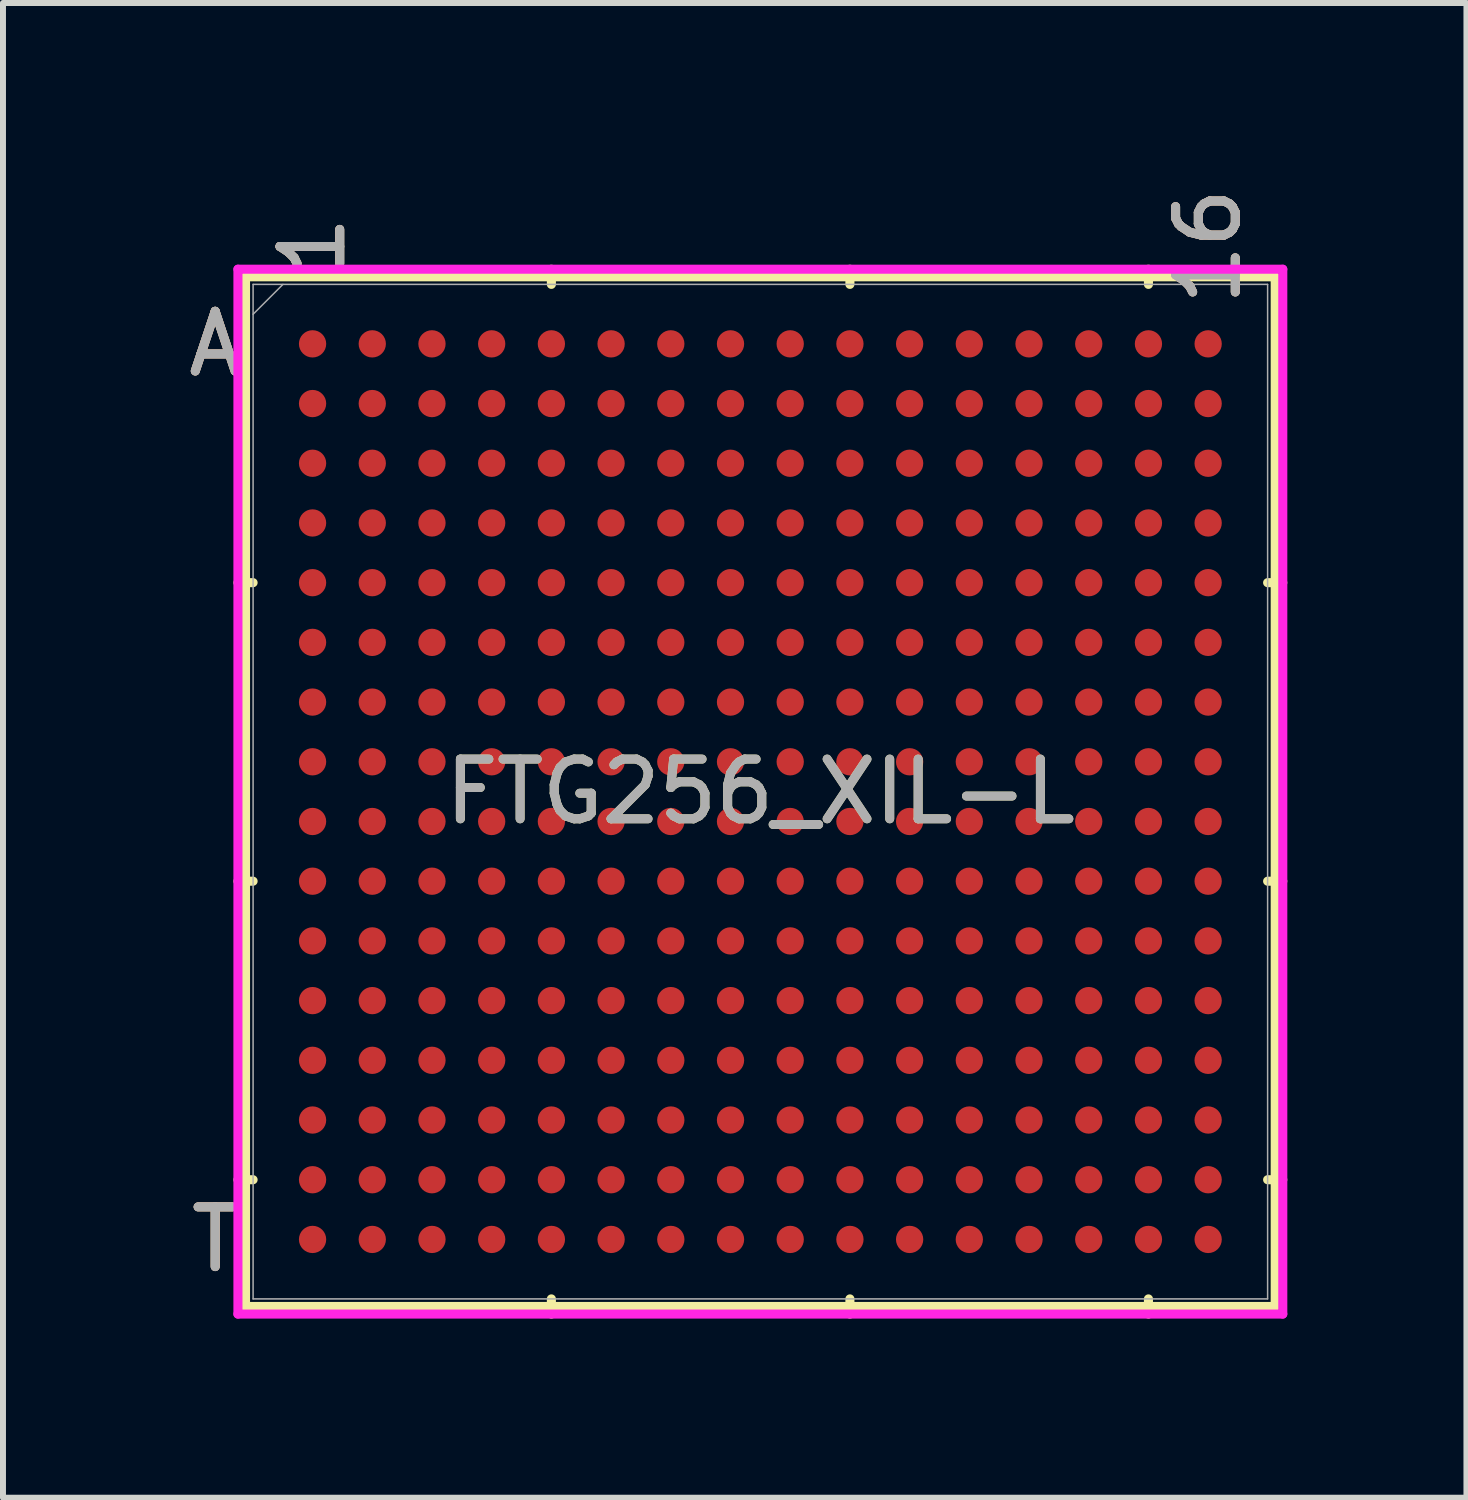
<source format=kicad_pcb>
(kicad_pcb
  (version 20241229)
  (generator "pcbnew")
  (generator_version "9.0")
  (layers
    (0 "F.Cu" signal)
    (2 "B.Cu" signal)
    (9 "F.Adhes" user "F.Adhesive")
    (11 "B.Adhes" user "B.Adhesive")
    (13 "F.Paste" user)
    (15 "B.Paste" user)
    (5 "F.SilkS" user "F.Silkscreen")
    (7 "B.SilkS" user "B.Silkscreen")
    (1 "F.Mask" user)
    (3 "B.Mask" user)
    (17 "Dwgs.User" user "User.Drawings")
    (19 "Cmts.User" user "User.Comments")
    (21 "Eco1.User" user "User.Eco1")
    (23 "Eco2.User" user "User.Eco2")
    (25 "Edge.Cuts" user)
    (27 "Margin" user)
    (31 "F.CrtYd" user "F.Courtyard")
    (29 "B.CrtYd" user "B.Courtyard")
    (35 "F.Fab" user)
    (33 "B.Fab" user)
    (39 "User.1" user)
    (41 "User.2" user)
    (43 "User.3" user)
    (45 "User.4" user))
  (footprint "FTG256_XIL-L"
    (layer "F.Cu")
    (at 9.685 10.209)
    (property "Reference" "FTG256_XIL-L" (at 0 0 0) (unlocked yes) (layer "F.SilkS") (effects (font (size 1 1) (thickness 0.15))))
    (attr smd)
    (fp_line (start -8.623 -8.623) (end -8.623 8.623) (stroke (width 0.152) (type solid)) (layer "F.SilkS"))
    (fp_line (start -8.623 8.623) (end 8.623 8.623) (stroke (width 0.152) (type solid)) (layer "F.SilkS"))
    (fp_line (start -8.496 -3.5) (end -8.75 -3.5) (stroke (width 0.152) (type solid)) (layer "F.SilkS"))
    (fp_line (start -8.496 1.5) (end -8.75 1.5) (stroke (width 0.152) (type solid)) (layer "F.SilkS"))
    (fp_line (start -8.496 6.5) (end -8.75 6.5) (stroke (width 0.152) (type solid)) (layer "F.SilkS"))
    (fp_line (start -3.5 -8.496) (end -3.5 -8.75) (stroke (width 0.152) (type solid)) (layer "F.SilkS"))
    (fp_line (start -3.5 8.496) (end -3.5 8.75) (stroke (width 0.152) (type solid)) (layer "F.SilkS"))
    (fp_line (start 1.5 -8.496) (end 1.5 -8.75) (stroke (width 0.152) (type solid)) (layer "F.SilkS"))
    (fp_line (start 1.5 8.496) (end 1.5 8.75) (stroke (width 0.152) (type solid)) (layer "F.SilkS"))
    (fp_line (start 6.5 -8.496) (end 6.5 -8.75) (stroke (width 0.152) (type solid)) (layer "F.SilkS"))
    (fp_line (start 6.5 8.496) (end 6.5 8.75) (stroke (width 0.152) (type solid)) (layer "F.SilkS"))
    (fp_line (start 8.496 -3.5) (end 8.75 -3.5) (stroke (width 0.152) (type solid)) (layer "F.SilkS"))
    (fp_line (start 8.496 1.5) (end 8.75 1.5) (stroke (width 0.152) (type solid)) (layer "F.SilkS"))
    (fp_line (start 8.496 6.5) (end 8.75 6.5) (stroke (width 0.152) (type solid)) (layer "F.SilkS"))
    (fp_line (start 8.623 -8.623) (end -8.623 -8.623) (stroke (width 0.152) (type solid)) (layer "F.SilkS"))
    (fp_line (start 8.623 8.623) (end 8.623 -8.623) (stroke (width 0.152) (type solid)) (layer "F.SilkS"))
    (fp_poly (pts (xy -8.508 -8.508) (xy 8.508 -8.508) (xy 8.508 8.508) (xy -8.508 8.508)) (stroke (width 0.1) (type solid)) (fill no) (layer "Eco2.User"))
    (fp_line (start -8.75 -8.75) (end 8.75 -8.75) (stroke (width 0.152) (type solid)) (layer "F.CrtYd"))
    (fp_line (start -8.75 8.75) (end -8.75 -8.75) (stroke (width 0.152) (type solid)) (layer "F.CrtYd"))
    (fp_line (start 8.75 -8.75) (end 8.75 8.75) (stroke (width 0.152) (type solid)) (layer "F.CrtYd"))
    (fp_line (start 8.75 8.75) (end -8.75 8.75) (stroke (width 0.152) (type solid)) (layer "F.CrtYd"))
    (fp_line (start -8.496 -8.496) (end -8.496 8.496) (stroke (width 0.025) (type solid)) (layer "F.Fab"))
    (fp_line (start -8.496 8.496) (end 8.496 8.496) (stroke (width 0.025) (type solid)) (layer "F.Fab"))
    (fp_line (start -7.996 -8.496) (end -8.496 -7.996) (stroke (width 0.025) (type solid)) (layer "F.Fab"))
    (fp_line (start 8.496 -8.496) (end -8.496 -8.496) (stroke (width 0.025) (type solid)) (layer "F.Fab"))
    (fp_line (start 8.496 8.496) (end 8.496 -8.496) (stroke (width 0.025) (type solid)) (layer "F.Fab"))
    (fp_text user "16" (at 7.5 -9.131 90) (unlocked yes) (layer "F.SilkS") (effects (font (size 1 1) (thickness 0.15))))
    (fp_text user "T" (at -9.131 7.5 0) (unlocked yes) (layer "F.SilkS") (effects (font (size 1 1) (thickness 0.15))))
    (fp_text user "1" (at -7.5 -9.131 90) (unlocked yes) (layer "F.SilkS") (effects (font (size 1 1) (thickness 0.15))))
    (fp_text user "A" (at -9.131 -7.5 0) (unlocked yes) (layer "F.SilkS") (effects (font (size 1 1) (thickness 0.15))))
    (fp_text user "A" (at -9.131 -7.5 0) (unlocked yes) (layer "B.SilkS") (effects (font (size 1 1) (thickness 0.15))))
    (fp_text user "1" (at -7.5 -9.131 90) (unlocked yes) (layer "B.SilkS") (effects (font (size 1 1) (thickness 0.15))))
    (fp_text user "16" (at 7.5 -9.131 90) (unlocked yes) (layer "B.SilkS") (effects (font (size 1 1) (thickness 0.15))))
    (fp_text user "T" (at -9.131 7.5 0) (unlocked yes) (layer "B.SilkS") (effects (font (size 1 1) (thickness 0.15))))
    (fp_text user "16" (at 7.5 -9.131 90) (unlocked yes) (layer "F.Fab") (effects (font (size 1 1) (thickness 0.15))))
    (fp_text user "T" (at -9.131 7.5 0) (unlocked yes) (layer "F.Fab") (effects (font (size 1 1) (thickness 0.15))))
    (fp_text user "1" (at -7.5 -9.131 90) (unlocked yes) (layer "F.Fab") (effects (font (size 1 1) (thickness 0.15))))
    (fp_text user "A" (at -9.131 -7.5 0) (unlocked yes) (layer "F.Fab") (effects (font (size 1 1) (thickness 0.15))))
    (fp_text user "${REFERENCE}" (at 0 0 0) (unlocked yes) (layer "F.Fab") (effects (font (size 1 1) (thickness 0.15))))
    (pad "A1" smd circle (at -7.5 -7.5) (size 0.457 0.457) (layers "F.Cu" "F.Mask" "F.Paste"))
    (pad "A2" smd circle (at -6.5 -7.5) (size 0.457 0.457) (layers "F.Cu" "F.Mask" "F.Paste"))
    (pad "A3" smd circle (at -5.5 -7.5) (size 0.457 0.457) (layers "F.Cu" "F.Mask" "F.Paste"))
    (pad "A4" smd circle (at -4.5 -7.5) (size 0.457 0.457) (layers "F.Cu" "F.Mask" "F.Paste"))
    (pad "A5" smd circle (at -3.5 -7.5) (size 0.457 0.457) (layers "F.Cu" "F.Mask" "F.Paste"))
    (pad "A6" smd circle (at -2.5 -7.5) (size 0.457 0.457) (layers "F.Cu" "F.Mask" "F.Paste"))
    (pad "A7" smd circle (at -1.5 -7.5) (size 0.457 0.457) (layers "F.Cu" "F.Mask" "F.Paste"))
    (pad "A8" smd circle (at -0.5 -7.5) (size 0.457 0.457) (layers "F.Cu" "F.Mask" "F.Paste"))
    (pad "A9" smd circle (at 0.5 -7.5) (size 0.457 0.457) (layers "F.Cu" "F.Mask" "F.Paste"))
    (pad "A10" smd circle (at 1.5 -7.5) (size 0.457 0.457) (layers "F.Cu" "F.Mask" "F.Paste"))
    (pad "A11" smd circle (at 2.5 -7.5) (size 0.457 0.457) (layers "F.Cu" "F.Mask" "F.Paste"))
    (pad "A12" smd circle (at 3.5 -7.5) (size 0.457 0.457) (layers "F.Cu" "F.Mask" "F.Paste"))
    (pad "A13" smd circle (at 4.5 -7.5) (size 0.457 0.457) (layers "F.Cu" "F.Mask" "F.Paste"))
    (pad "A14" smd circle (at 5.5 -7.5) (size 0.457 0.457) (layers "F.Cu" "F.Mask" "F.Paste"))
    (pad "A15" smd circle (at 6.5 -7.5) (size 0.457 0.457) (layers "F.Cu" "F.Mask" "F.Paste"))
    (pad "A16" smd circle (at 7.5 -7.5) (size 0.457 0.457) (layers "F.Cu" "F.Mask" "F.Paste"))
    (pad "B1" smd circle (at -7.5 -6.5) (size 0.457 0.457) (layers "F.Cu" "F.Mask" "F.Paste"))
    (pad "B2" smd circle (at -6.5 -6.5) (size 0.457 0.457) (layers "F.Cu" "F.Mask" "F.Paste"))
    (pad "B3" smd circle (at -5.5 -6.5) (size 0.457 0.457) (layers "F.Cu" "F.Mask" "F.Paste"))
    (pad "B4" smd circle (at -4.5 -6.5) (size 0.457 0.457) (layers "F.Cu" "F.Mask" "F.Paste"))
    (pad "B5" smd circle (at -3.5 -6.5) (size 0.457 0.457) (layers "F.Cu" "F.Mask" "F.Paste"))
    (pad "B6" smd circle (at -2.5 -6.5) (size 0.457 0.457) (layers "F.Cu" "F.Mask" "F.Paste"))
    (pad "B7" smd circle (at -1.5 -6.5) (size 0.457 0.457) (layers "F.Cu" "F.Mask" "F.Paste"))
    (pad "B8" smd circle (at -0.5 -6.5) (size 0.457 0.457) (layers "F.Cu" "F.Mask" "F.Paste"))
    (pad "B9" smd circle (at 0.5 -6.5) (size 0.457 0.457) (layers "F.Cu" "F.Mask" "F.Paste"))
    (pad "B10" smd circle (at 1.5 -6.5) (size 0.457 0.457) (layers "F.Cu" "F.Mask" "F.Paste"))
    (pad "B11" smd circle (at 2.5 -6.5) (size 0.457 0.457) (layers "F.Cu" "F.Mask" "F.Paste"))
    (pad "B12" smd circle (at 3.5 -6.5) (size 0.457 0.457) (layers "F.Cu" "F.Mask" "F.Paste"))
    (pad "B13" smd circle (at 4.5 -6.5) (size 0.457 0.457) (layers "F.Cu" "F.Mask" "F.Paste"))
    (pad "B14" smd circle (at 5.5 -6.5) (size 0.457 0.457) (layers "F.Cu" "F.Mask" "F.Paste"))
    (pad "B15" smd circle (at 6.5 -6.5) (size 0.457 0.457) (layers "F.Cu" "F.Mask" "F.Paste"))
    (pad "B16" smd circle (at 7.5 -6.5) (size 0.457 0.457) (layers "F.Cu" "F.Mask" "F.Paste"))
    (pad "C1" smd circle (at -7.5 -5.5) (size 0.457 0.457) (layers "F.Cu" "F.Mask" "F.Paste"))
    (pad "C2" smd circle (at -6.5 -5.5) (size 0.457 0.457) (layers "F.Cu" "F.Mask" "F.Paste"))
    (pad "C3" smd circle (at -5.5 -5.5) (size 0.457 0.457) (layers "F.Cu" "F.Mask" "F.Paste"))
    (pad "C4" smd circle (at -4.5 -5.5) (size 0.457 0.457) (layers "F.Cu" "F.Mask" "F.Paste"))
    (pad "C5" smd circle (at -3.5 -5.5) (size 0.457 0.457) (layers "F.Cu" "F.Mask" "F.Paste"))
    (pad "C6" smd circle (at -2.5 -5.5) (size 0.457 0.457) (layers "F.Cu" "F.Mask" "F.Paste"))
    (pad "C7" smd circle (at -1.5 -5.5) (size 0.457 0.457) (layers "F.Cu" "F.Mask" "F.Paste"))
    (pad "C8" smd circle (at -0.5 -5.5) (size 0.457 0.457) (layers "F.Cu" "F.Mask" "F.Paste"))
    (pad "C9" smd circle (at 0.5 -5.5) (size 0.457 0.457) (layers "F.Cu" "F.Mask" "F.Paste"))
    (pad "C10" smd circle (at 1.5 -5.5) (size 0.457 0.457) (layers "F.Cu" "F.Mask" "F.Paste"))
    (pad "C11" smd circle (at 2.5 -5.5) (size 0.457 0.457) (layers "F.Cu" "F.Mask" "F.Paste"))
    (pad "C12" smd circle (at 3.5 -5.5) (size 0.457 0.457) (layers "F.Cu" "F.Mask" "F.Paste"))
    (pad "C13" smd circle (at 4.5 -5.5) (size 0.457 0.457) (layers "F.Cu" "F.Mask" "F.Paste"))
    (pad "C14" smd circle (at 5.5 -5.5) (size 0.457 0.457) (layers "F.Cu" "F.Mask" "F.Paste"))
    (pad "C15" smd circle (at 6.5 -5.5) (size 0.457 0.457) (layers "F.Cu" "F.Mask" "F.Paste"))
    (pad "C16" smd circle (at 7.5 -5.5) (size 0.457 0.457) (layers "F.Cu" "F.Mask" "F.Paste"))
    (pad "D1" smd circle (at -7.5 -4.5) (size 0.457 0.457) (layers "F.Cu" "F.Mask" "F.Paste"))
    (pad "D2" smd circle (at -6.5 -4.5) (size 0.457 0.457) (layers "F.Cu" "F.Mask" "F.Paste"))
    (pad "D3" smd circle (at -5.5 -4.5) (size 0.457 0.457) (layers "F.Cu" "F.Mask" "F.Paste"))
    (pad "D4" smd circle (at -4.5 -4.5) (size 0.457 0.457) (layers "F.Cu" "F.Mask" "F.Paste"))
    (pad "D5" smd circle (at -3.5 -4.5) (size 0.457 0.457) (layers "F.Cu" "F.Mask" "F.Paste"))
    (pad "D6" smd circle (at -2.5 -4.5) (size 0.457 0.457) (layers "F.Cu" "F.Mask" "F.Paste"))
    (pad "D7" smd circle (at -1.5 -4.5) (size 0.457 0.457) (layers "F.Cu" "F.Mask" "F.Paste"))
    (pad "D8" smd circle (at -0.5 -4.5) (size 0.457 0.457) (layers "F.Cu" "F.Mask" "F.Paste"))
    (pad "D9" smd circle (at 0.5 -4.5) (size 0.457 0.457) (layers "F.Cu" "F.Mask" "F.Paste"))
    (pad "D10" smd circle (at 1.5 -4.5) (size 0.457 0.457) (layers "F.Cu" "F.Mask" "F.Paste"))
    (pad "D11" smd circle (at 2.5 -4.5) (size 0.457 0.457) (layers "F.Cu" "F.Mask" "F.Paste"))
    (pad "D12" smd circle (at 3.5 -4.5) (size 0.457 0.457) (layers "F.Cu" "F.Mask" "F.Paste"))
    (pad "D13" smd circle (at 4.5 -4.5) (size 0.457 0.457) (layers "F.Cu" "F.Mask" "F.Paste"))
    (pad "D14" smd circle (at 5.5 -4.5) (size 0.457 0.457) (layers "F.Cu" "F.Mask" "F.Paste"))
    (pad "D15" smd circle (at 6.5 -4.5) (size 0.457 0.457) (layers "F.Cu" "F.Mask" "F.Paste"))
    (pad "D16" smd circle (at 7.5 -4.5) (size 0.457 0.457) (layers "F.Cu" "F.Mask" "F.Paste"))
    (pad "E1" smd circle (at -7.5 -3.5) (size 0.457 0.457) (layers "F.Cu" "F.Mask" "F.Paste"))
    (pad "E2" smd circle (at -6.5 -3.5) (size 0.457 0.457) (layers "F.Cu" "F.Mask" "F.Paste"))
    (pad "E3" smd circle (at -5.5 -3.5) (size 0.457 0.457) (layers "F.Cu" "F.Mask" "F.Paste"))
    (pad "E4" smd circle (at -4.5 -3.5) (size 0.457 0.457) (layers "F.Cu" "F.Mask" "F.Paste"))
    (pad "E5" smd circle (at -3.5 -3.5) (size 0.457 0.457) (layers "F.Cu" "F.Mask" "F.Paste"))
    (pad "E6" smd circle (at -2.5 -3.5) (size 0.457 0.457) (layers "F.Cu" "F.Mask" "F.Paste"))
    (pad "E7" smd circle (at -1.5 -3.5) (size 0.457 0.457) (layers "F.Cu" "F.Mask" "F.Paste"))
    (pad "E8" smd circle (at -0.5 -3.5) (size 0.457 0.457) (layers "F.Cu" "F.Mask" "F.Paste"))
    (pad "E9" smd circle (at 0.5 -3.5) (size 0.457 0.457) (layers "F.Cu" "F.Mask" "F.Paste"))
    (pad "E10" smd circle (at 1.5 -3.5) (size 0.457 0.457) (layers "F.Cu" "F.Mask" "F.Paste"))
    (pad "E11" smd circle (at 2.5 -3.5) (size 0.457 0.457) (layers "F.Cu" "F.Mask" "F.Paste"))
    (pad "E12" smd circle (at 3.5 -3.5) (size 0.457 0.457) (layers "F.Cu" "F.Mask" "F.Paste"))
    (pad "E13" smd circle (at 4.5 -3.5) (size 0.457 0.457) (layers "F.Cu" "F.Mask" "F.Paste"))
    (pad "E14" smd circle (at 5.5 -3.5) (size 0.457 0.457) (layers "F.Cu" "F.Mask" "F.Paste"))
    (pad "E15" smd circle (at 6.5 -3.5) (size 0.457 0.457) (layers "F.Cu" "F.Mask" "F.Paste"))
    (pad "E16" smd circle (at 7.5 -3.5) (size 0.457 0.457) (layers "F.Cu" "F.Mask" "F.Paste"))
    (pad "F1" smd circle (at -7.5 -2.5) (size 0.457 0.457) (layers "F.Cu" "F.Mask" "F.Paste"))
    (pad "F2" smd circle (at -6.5 -2.5) (size 0.457 0.457) (layers "F.Cu" "F.Mask" "F.Paste"))
    (pad "F3" smd circle (at -5.5 -2.5) (size 0.457 0.457) (layers "F.Cu" "F.Mask" "F.Paste"))
    (pad "F4" smd circle (at -4.5 -2.5) (size 0.457 0.457) (layers "F.Cu" "F.Mask" "F.Paste"))
    (pad "F5" smd circle (at -3.5 -2.5) (size 0.457 0.457) (layers "F.Cu" "F.Mask" "F.Paste"))
    (pad "F6" smd circle (at -2.5 -2.5) (size 0.457 0.457) (layers "F.Cu" "F.Mask" "F.Paste"))
    (pad "F7" smd circle (at -1.5 -2.5) (size 0.457 0.457) (layers "F.Cu" "F.Mask" "F.Paste"))
    (pad "F8" smd circle (at -0.5 -2.5) (size 0.457 0.457) (layers "F.Cu" "F.Mask" "F.Paste"))
    (pad "F9" smd circle (at 0.5 -2.5) (size 0.457 0.457) (layers "F.Cu" "F.Mask" "F.Paste"))
    (pad "F10" smd circle (at 1.5 -2.5) (size 0.457 0.457) (layers "F.Cu" "F.Mask" "F.Paste"))
    (pad "F11" smd circle (at 2.5 -2.5) (size 0.457 0.457) (layers "F.Cu" "F.Mask" "F.Paste"))
    (pad "F12" smd circle (at 3.5 -2.5) (size 0.457 0.457) (layers "F.Cu" "F.Mask" "F.Paste"))
    (pad "F13" smd circle (at 4.5 -2.5) (size 0.457 0.457) (layers "F.Cu" "F.Mask" "F.Paste"))
    (pad "F14" smd circle (at 5.5 -2.5) (size 0.457 0.457) (layers "F.Cu" "F.Mask" "F.Paste"))
    (pad "F15" smd circle (at 6.5 -2.5) (size 0.457 0.457) (layers "F.Cu" "F.Mask" "F.Paste"))
    (pad "F16" smd circle (at 7.5 -2.5) (size 0.457 0.457) (layers "F.Cu" "F.Mask" "F.Paste"))
    (pad "G1" smd circle (at -7.5 -1.5) (size 0.457 0.457) (layers "F.Cu" "F.Mask" "F.Paste"))
    (pad "G2" smd circle (at -6.5 -1.5) (size 0.457 0.457) (layers "F.Cu" "F.Mask" "F.Paste"))
    (pad "G3" smd circle (at -5.5 -1.5) (size 0.457 0.457) (layers "F.Cu" "F.Mask" "F.Paste"))
    (pad "G4" smd circle (at -4.5 -1.5) (size 0.457 0.457) (layers "F.Cu" "F.Mask" "F.Paste"))
    (pad "G5" smd circle (at -3.5 -1.5) (size 0.457 0.457) (layers "F.Cu" "F.Mask" "F.Paste"))
    (pad "G6" smd circle (at -2.5 -1.5) (size 0.457 0.457) (layers "F.Cu" "F.Mask" "F.Paste"))
    (pad "G7" smd circle (at -1.5 -1.5) (size 0.457 0.457) (layers "F.Cu" "F.Mask" "F.Paste"))
    (pad "G8" smd circle (at -0.5 -1.5) (size 0.457 0.457) (layers "F.Cu" "F.Mask" "F.Paste"))
    (pad "G9" smd circle (at 0.5 -1.5) (size 0.457 0.457) (layers "F.Cu" "F.Mask" "F.Paste"))
    (pad "G10" smd circle (at 1.5 -1.5) (size 0.457 0.457) (layers "F.Cu" "F.Mask" "F.Paste"))
    (pad "G11" smd circle (at 2.5 -1.5) (size 0.457 0.457) (layers "F.Cu" "F.Mask" "F.Paste"))
    (pad "G12" smd circle (at 3.5 -1.5) (size 0.457 0.457) (layers "F.Cu" "F.Mask" "F.Paste"))
    (pad "G13" smd circle (at 4.5 -1.5) (size 0.457 0.457) (layers "F.Cu" "F.Mask" "F.Paste"))
    (pad "G14" smd circle (at 5.5 -1.5) (size 0.457 0.457) (layers "F.Cu" "F.Mask" "F.Paste"))
    (pad "G15" smd circle (at 6.5 -1.5) (size 0.457 0.457) (layers "F.Cu" "F.Mask" "F.Paste"))
    (pad "G16" smd circle (at 7.5 -1.5) (size 0.457 0.457) (layers "F.Cu" "F.Mask" "F.Paste"))
    (pad "H1" smd circle (at -7.5 -0.5) (size 0.457 0.457) (layers "F.Cu" "F.Mask" "F.Paste"))
    (pad "H2" smd circle (at -6.5 -0.5) (size 0.457 0.457) (layers "F.Cu" "F.Mask" "F.Paste"))
    (pad "H3" smd circle (at -5.5 -0.5) (size 0.457 0.457) (layers "F.Cu" "F.Mask" "F.Paste"))
    (pad "H4" smd circle (at -4.5 -0.5) (size 0.457 0.457) (layers "F.Cu" "F.Mask" "F.Paste"))
    (pad "H5" smd circle (at -3.5 -0.5) (size 0.457 0.457) (layers "F.Cu" "F.Mask" "F.Paste"))
    (pad "H6" smd circle (at -2.5 -0.5) (size 0.457 0.457) (layers "F.Cu" "F.Mask" "F.Paste"))
    (pad "H7" smd circle (at -1.5 -0.5) (size 0.457 0.457) (layers "F.Cu" "F.Mask" "F.Paste"))
    (pad "H8" smd circle (at -0.5 -0.5) (size 0.457 0.457) (layers "F.Cu" "F.Mask" "F.Paste"))
    (pad "H9" smd circle (at 0.5 -0.5) (size 0.457 0.457) (layers "F.Cu" "F.Mask" "F.Paste"))
    (pad "H10" smd circle (at 1.5 -0.5) (size 0.457 0.457) (layers "F.Cu" "F.Mask" "F.Paste"))
    (pad "H11" smd circle (at 2.5 -0.5) (size 0.457 0.457) (layers "F.Cu" "F.Mask" "F.Paste"))
    (pad "H12" smd circle (at 3.5 -0.5) (size 0.457 0.457) (layers "F.Cu" "F.Mask" "F.Paste"))
    (pad "H13" smd circle (at 4.5 -0.5) (size 0.457 0.457) (layers "F.Cu" "F.Mask" "F.Paste"))
    (pad "H14" smd circle (at 5.5 -0.5) (size 0.457 0.457) (layers "F.Cu" "F.Mask" "F.Paste"))
    (pad "H15" smd circle (at 6.5 -0.5) (size 0.457 0.457) (layers "F.Cu" "F.Mask" "F.Paste"))
    (pad "H16" smd circle (at 7.5 -0.5) (size 0.457 0.457) (layers "F.Cu" "F.Mask" "F.Paste"))
    (pad "J1" smd circle (at -7.5 0.5) (size 0.457 0.457) (layers "F.Cu" "F.Mask" "F.Paste"))
    (pad "J2" smd circle (at -6.5 0.5) (size 0.457 0.457) (layers "F.Cu" "F.Mask" "F.Paste"))
    (pad "J3" smd circle (at -5.5 0.5) (size 0.457 0.457) (layers "F.Cu" "F.Mask" "F.Paste"))
    (pad "J4" smd circle (at -4.5 0.5) (size 0.457 0.457) (layers "F.Cu" "F.Mask" "F.Paste"))
    (pad "J5" smd circle (at -3.5 0.5) (size 0.457 0.457) (layers "F.Cu" "F.Mask" "F.Paste"))
    (pad "J6" smd circle (at -2.5 0.5) (size 0.457 0.457) (layers "F.Cu" "F.Mask" "F.Paste"))
    (pad "J7" smd circle (at -1.5 0.5) (size 0.457 0.457) (layers "F.Cu" "F.Mask" "F.Paste"))
    (pad "J8" smd circle (at -0.5 0.5) (size 0.457 0.457) (layers "F.Cu" "F.Mask" "F.Paste"))
    (pad "J9" smd circle (at 0.5 0.5) (size 0.457 0.457) (layers "F.Cu" "F.Mask" "F.Paste"))
    (pad "J10" smd circle (at 1.5 0.5) (size 0.457 0.457) (layers "F.Cu" "F.Mask" "F.Paste"))
    (pad "J11" smd circle (at 2.5 0.5) (size 0.457 0.457) (layers "F.Cu" "F.Mask" "F.Paste"))
    (pad "J12" smd circle (at 3.5 0.5) (size 0.457 0.457) (layers "F.Cu" "F.Mask" "F.Paste"))
    (pad "J13" smd circle (at 4.5 0.5) (size 0.457 0.457) (layers "F.Cu" "F.Mask" "F.Paste"))
    (pad "J14" smd circle (at 5.5 0.5) (size 0.457 0.457) (layers "F.Cu" "F.Mask" "F.Paste"))
    (pad "J15" smd circle (at 6.5 0.5) (size 0.457 0.457) (layers "F.Cu" "F.Mask" "F.Paste"))
    (pad "J16" smd circle (at 7.5 0.5) (size 0.457 0.457) (layers "F.Cu" "F.Mask" "F.Paste"))
    (pad "K1" smd circle (at -7.5 1.5) (size 0.457 0.457) (layers "F.Cu" "F.Mask" "F.Paste"))
    (pad "K2" smd circle (at -6.5 1.5) (size 0.457 0.457) (layers "F.Cu" "F.Mask" "F.Paste"))
    (pad "K3" smd circle (at -5.5 1.5) (size 0.457 0.457) (layers "F.Cu" "F.Mask" "F.Paste"))
    (pad "K4" smd circle (at -4.5 1.5) (size 0.457 0.457) (layers "F.Cu" "F.Mask" "F.Paste"))
    (pad "K5" smd circle (at -3.5 1.5) (size 0.457 0.457) (layers "F.Cu" "F.Mask" "F.Paste"))
    (pad "K6" smd circle (at -2.5 1.5) (size 0.457 0.457) (layers "F.Cu" "F.Mask" "F.Paste"))
    (pad "K7" smd circle (at -1.5 1.5) (size 0.457 0.457) (layers "F.Cu" "F.Mask" "F.Paste"))
    (pad "K8" smd circle (at -0.5 1.5) (size 0.457 0.457) (layers "F.Cu" "F.Mask" "F.Paste"))
    (pad "K9" smd circle (at 0.5 1.5) (size 0.457 0.457) (layers "F.Cu" "F.Mask" "F.Paste"))
    (pad "K10" smd circle (at 1.5 1.5) (size 0.457 0.457) (layers "F.Cu" "F.Mask" "F.Paste"))
    (pad "K11" smd circle (at 2.5 1.5) (size 0.457 0.457) (layers "F.Cu" "F.Mask" "F.Paste"))
    (pad "K12" smd circle (at 3.5 1.5) (size 0.457 0.457) (layers "F.Cu" "F.Mask" "F.Paste"))
    (pad "K13" smd circle (at 4.5 1.5) (size 0.457 0.457) (layers "F.Cu" "F.Mask" "F.Paste"))
    (pad "K14" smd circle (at 5.5 1.5) (size 0.457 0.457) (layers "F.Cu" "F.Mask" "F.Paste"))
    (pad "K15" smd circle (at 6.5 1.5) (size 0.457 0.457) (layers "F.Cu" "F.Mask" "F.Paste"))
    (pad "K16" smd circle (at 7.5 1.5) (size 0.457 0.457) (layers "F.Cu" "F.Mask" "F.Paste"))
    (pad "L1" smd circle (at -7.5 2.5) (size 0.457 0.457) (layers "F.Cu" "F.Mask" "F.Paste"))
    (pad "L2" smd circle (at -6.5 2.5) (size 0.457 0.457) (layers "F.Cu" "F.Mask" "F.Paste"))
    (pad "L3" smd circle (at -5.5 2.5) (size 0.457 0.457) (layers "F.Cu" "F.Mask" "F.Paste"))
    (pad "L4" smd circle (at -4.5 2.5) (size 0.457 0.457) (layers "F.Cu" "F.Mask" "F.Paste"))
    (pad "L5" smd circle (at -3.5 2.5) (size 0.457 0.457) (layers "F.Cu" "F.Mask" "F.Paste"))
    (pad "L6" smd circle (at -2.5 2.5) (size 0.457 0.457) (layers "F.Cu" "F.Mask" "F.Paste"))
    (pad "L7" smd circle (at -1.5 2.5) (size 0.457 0.457) (layers "F.Cu" "F.Mask" "F.Paste"))
    (pad "L8" smd circle (at -0.5 2.5) (size 0.457 0.457) (layers "F.Cu" "F.Mask" "F.Paste"))
    (pad "L9" smd circle (at 0.5 2.5) (size 0.457 0.457) (layers "F.Cu" "F.Mask" "F.Paste"))
    (pad "L10" smd circle (at 1.5 2.5) (size 0.457 0.457) (layers "F.Cu" "F.Mask" "F.Paste"))
    (pad "L11" smd circle (at 2.5 2.5) (size 0.457 0.457) (layers "F.Cu" "F.Mask" "F.Paste"))
    (pad "L12" smd circle (at 3.5 2.5) (size 0.457 0.457) (layers "F.Cu" "F.Mask" "F.Paste"))
    (pad "L13" smd circle (at 4.5 2.5) (size 0.457 0.457) (layers "F.Cu" "F.Mask" "F.Paste"))
    (pad "L14" smd circle (at 5.5 2.5) (size 0.457 0.457) (layers "F.Cu" "F.Mask" "F.Paste"))
    (pad "L15" smd circle (at 6.5 2.5) (size 0.457 0.457) (layers "F.Cu" "F.Mask" "F.Paste"))
    (pad "L16" smd circle (at 7.5 2.5) (size 0.457 0.457) (layers "F.Cu" "F.Mask" "F.Paste"))
    (pad "M1" smd circle (at -7.5 3.5) (size 0.457 0.457) (layers "F.Cu" "F.Mask" "F.Paste"))
    (pad "M2" smd circle (at -6.5 3.5) (size 0.457 0.457) (layers "F.Cu" "F.Mask" "F.Paste"))
    (pad "M3" smd circle (at -5.5 3.5) (size 0.457 0.457) (layers "F.Cu" "F.Mask" "F.Paste"))
    (pad "M4" smd circle (at -4.5 3.5) (size 0.457 0.457) (layers "F.Cu" "F.Mask" "F.Paste"))
    (pad "M5" smd circle (at -3.5 3.5) (size 0.457 0.457) (layers "F.Cu" "F.Mask" "F.Paste"))
    (pad "M6" smd circle (at -2.5 3.5) (size 0.457 0.457) (layers "F.Cu" "F.Mask" "F.Paste"))
    (pad "M7" smd circle (at -1.5 3.5) (size 0.457 0.457) (layers "F.Cu" "F.Mask" "F.Paste"))
    (pad "M8" smd circle (at -0.5 3.5) (size 0.457 0.457) (layers "F.Cu" "F.Mask" "F.Paste"))
    (pad "M9" smd circle (at 0.5 3.5) (size 0.457 0.457) (layers "F.Cu" "F.Mask" "F.Paste"))
    (pad "M10" smd circle (at 1.5 3.5) (size 0.457 0.457) (layers "F.Cu" "F.Mask" "F.Paste"))
    (pad "M11" smd circle (at 2.5 3.5) (size 0.457 0.457) (layers "F.Cu" "F.Mask" "F.Paste"))
    (pad "M12" smd circle (at 3.5 3.5) (size 0.457 0.457) (layers "F.Cu" "F.Mask" "F.Paste"))
    (pad "M13" smd circle (at 4.5 3.5) (size 0.457 0.457) (layers "F.Cu" "F.Mask" "F.Paste"))
    (pad "M14" smd circle (at 5.5 3.5) (size 0.457 0.457) (layers "F.Cu" "F.Mask" "F.Paste"))
    (pad "M15" smd circle (at 6.5 3.5) (size 0.457 0.457) (layers "F.Cu" "F.Mask" "F.Paste"))
    (pad "M16" smd circle (at 7.5 3.5) (size 0.457 0.457) (layers "F.Cu" "F.Mask" "F.Paste"))
    (pad "N1" smd circle (at -7.5 4.5) (size 0.457 0.457) (layers "F.Cu" "F.Mask" "F.Paste"))
    (pad "N2" smd circle (at -6.5 4.5) (size 0.457 0.457) (layers "F.Cu" "F.Mask" "F.Paste"))
    (pad "N3" smd circle (at -5.5 4.5) (size 0.457 0.457) (layers "F.Cu" "F.Mask" "F.Paste"))
    (pad "N4" smd circle (at -4.5 4.5) (size 0.457 0.457) (layers "F.Cu" "F.Mask" "F.Paste"))
    (pad "N5" smd circle (at -3.5 4.5) (size 0.457 0.457) (layers "F.Cu" "F.Mask" "F.Paste"))
    (pad "N6" smd circle (at -2.5 4.5) (size 0.457 0.457) (layers "F.Cu" "F.Mask" "F.Paste"))
    (pad "N7" smd circle (at -1.5 4.5) (size 0.457 0.457) (layers "F.Cu" "F.Mask" "F.Paste"))
    (pad "N8" smd circle (at -0.5 4.5) (size 0.457 0.457) (layers "F.Cu" "F.Mask" "F.Paste"))
    (pad "N9" smd circle (at 0.5 4.5) (size 0.457 0.457) (layers "F.Cu" "F.Mask" "F.Paste"))
    (pad "N10" smd circle (at 1.5 4.5) (size 0.457 0.457) (layers "F.Cu" "F.Mask" "F.Paste"))
    (pad "N11" smd circle (at 2.5 4.5) (size 0.457 0.457) (layers "F.Cu" "F.Mask" "F.Paste"))
    (pad "N12" smd circle (at 3.5 4.5) (size 0.457 0.457) (layers "F.Cu" "F.Mask" "F.Paste"))
    (pad "N13" smd circle (at 4.5 4.5) (size 0.457 0.457) (layers "F.Cu" "F.Mask" "F.Paste"))
    (pad "N14" smd circle (at 5.5 4.5) (size 0.457 0.457) (layers "F.Cu" "F.Mask" "F.Paste"))
    (pad "N15" smd circle (at 6.5 4.5) (size 0.457 0.457) (layers "F.Cu" "F.Mask" "F.Paste"))
    (pad "N16" smd circle (at 7.5 4.5) (size 0.457 0.457) (layers "F.Cu" "F.Mask" "F.Paste"))
    (pad "P1" smd circle (at -7.5 5.5) (size 0.457 0.457) (layers "F.Cu" "F.Mask" "F.Paste"))
    (pad "P2" smd circle (at -6.5 5.5) (size 0.457 0.457) (layers "F.Cu" "F.Mask" "F.Paste"))
    (pad "P3" smd circle (at -5.5 5.5) (size 0.457 0.457) (layers "F.Cu" "F.Mask" "F.Paste"))
    (pad "P4" smd circle (at -4.5 5.5) (size 0.457 0.457) (layers "F.Cu" "F.Mask" "F.Paste"))
    (pad "P5" smd circle (at -3.5 5.5) (size 0.457 0.457) (layers "F.Cu" "F.Mask" "F.Paste"))
    (pad "P6" smd circle (at -2.5 5.5) (size 0.457 0.457) (layers "F.Cu" "F.Mask" "F.Paste"))
    (pad "P7" smd circle (at -1.5 5.5) (size 0.457 0.457) (layers "F.Cu" "F.Mask" "F.Paste"))
    (pad "P8" smd circle (at -0.5 5.5) (size 0.457 0.457) (layers "F.Cu" "F.Mask" "F.Paste"))
    (pad "P9" smd circle (at 0.5 5.5) (size 0.457 0.457) (layers "F.Cu" "F.Mask" "F.Paste"))
    (pad "P10" smd circle (at 1.5 5.5) (size 0.457 0.457) (layers "F.Cu" "F.Mask" "F.Paste"))
    (pad "P11" smd circle (at 2.5 5.5) (size 0.457 0.457) (layers "F.Cu" "F.Mask" "F.Paste"))
    (pad "P12" smd circle (at 3.5 5.5) (size 0.457 0.457) (layers "F.Cu" "F.Mask" "F.Paste"))
    (pad "P13" smd circle (at 4.5 5.5) (size 0.457 0.457) (layers "F.Cu" "F.Mask" "F.Paste"))
    (pad "P14" smd circle (at 5.5 5.5) (size 0.457 0.457) (layers "F.Cu" "F.Mask" "F.Paste"))
    (pad "P15" smd circle (at 6.5 5.5) (size 0.457 0.457) (layers "F.Cu" "F.Mask" "F.Paste"))
    (pad "P16" smd circle (at 7.5 5.5) (size 0.457 0.457) (layers "F.Cu" "F.Mask" "F.Paste"))
    (pad "R1" smd circle (at -7.5 6.5) (size 0.457 0.457) (layers "F.Cu" "F.Mask" "F.Paste"))
    (pad "R2" smd circle (at -6.5 6.5) (size 0.457 0.457) (layers "F.Cu" "F.Mask" "F.Paste"))
    (pad "R3" smd circle (at -5.5 6.5) (size 0.457 0.457) (layers "F.Cu" "F.Mask" "F.Paste"))
    (pad "R4" smd circle (at -4.5 6.5) (size 0.457 0.457) (layers "F.Cu" "F.Mask" "F.Paste"))
    (pad "R5" smd circle (at -3.5 6.5) (size 0.457 0.457) (layers "F.Cu" "F.Mask" "F.Paste"))
    (pad "R6" smd circle (at -2.5 6.5) (size 0.457 0.457) (layers "F.Cu" "F.Mask" "F.Paste"))
    (pad "R7" smd circle (at -1.5 6.5) (size 0.457 0.457) (layers "F.Cu" "F.Mask" "F.Paste"))
    (pad "R8" smd circle (at -0.5 6.5) (size 0.457 0.457) (layers "F.Cu" "F.Mask" "F.Paste"))
    (pad "R9" smd circle (at 0.5 6.5) (size 0.457 0.457) (layers "F.Cu" "F.Mask" "F.Paste"))
    (pad "R10" smd circle (at 1.5 6.5) (size 0.457 0.457) (layers "F.Cu" "F.Mask" "F.Paste"))
    (pad "R11" smd circle (at 2.5 6.5) (size 0.457 0.457) (layers "F.Cu" "F.Mask" "F.Paste"))
    (pad "R12" smd circle (at 3.5 6.5) (size 0.457 0.457) (layers "F.Cu" "F.Mask" "F.Paste"))
    (pad "R13" smd circle (at 4.5 6.5) (size 0.457 0.457) (layers "F.Cu" "F.Mask" "F.Paste"))
    (pad "R14" smd circle (at 5.5 6.5) (size 0.457 0.457) (layers "F.Cu" "F.Mask" "F.Paste"))
    (pad "R15" smd circle (at 6.5 6.5) (size 0.457 0.457) (layers "F.Cu" "F.Mask" "F.Paste"))
    (pad "R16" smd circle (at 7.5 6.5) (size 0.457 0.457) (layers "F.Cu" "F.Mask" "F.Paste"))
    (pad "T1" smd circle (at -7.5 7.5) (size 0.457 0.457) (layers "F.Cu" "F.Mask" "F.Paste"))
    (pad "T2" smd circle (at -6.5 7.5) (size 0.457 0.457) (layers "F.Cu" "F.Mask" "F.Paste"))
    (pad "T3" smd circle (at -5.5 7.5) (size 0.457 0.457) (layers "F.Cu" "F.Mask" "F.Paste"))
    (pad "T4" smd circle (at -4.5 7.5) (size 0.457 0.457) (layers "F.Cu" "F.Mask" "F.Paste"))
    (pad "T5" smd circle (at -3.5 7.5) (size 0.457 0.457) (layers "F.Cu" "F.Mask" "F.Paste"))
    (pad "T6" smd circle (at -2.5 7.5) (size 0.457 0.457) (layers "F.Cu" "F.Mask" "F.Paste"))
    (pad "T7" smd circle (at -1.5 7.5) (size 0.457 0.457) (layers "F.Cu" "F.Mask" "F.Paste"))
    (pad "T8" smd circle (at -0.5 7.5) (size 0.457 0.457) (layers "F.Cu" "F.Mask" "F.Paste"))
    (pad "T9" smd circle (at 0.5 7.5) (size 0.457 0.457) (layers "F.Cu" "F.Mask" "F.Paste"))
    (pad "T10" smd circle (at 1.5 7.5) (size 0.457 0.457) (layers "F.Cu" "F.Mask" "F.Paste"))
    (pad "T11" smd circle (at 2.5 7.5) (size 0.457 0.457) (layers "F.Cu" "F.Mask" "F.Paste"))
    (pad "T12" smd circle (at 3.5 7.5) (size 0.457 0.457) (layers "F.Cu" "F.Mask" "F.Paste"))
    (pad "T13" smd circle (at 4.5 7.5) (size 0.457 0.457) (layers "F.Cu" "F.Mask" "F.Paste"))
    (pad "T14" smd circle (at 5.5 7.5) (size 0.457 0.457) (layers "F.Cu" "F.Mask" "F.Paste"))
    (pad "T15" smd circle (at 6.5 7.5) (size 0.457 0.457) (layers "F.Cu" "F.Mask" "F.Paste"))
    (pad "T16" smd circle (at 7.5 7.5) (size 0.457 0.457) (layers "F.Cu" "F.Mask" "F.Paste")))
  (gr_rect
    (start -3 -3)
    (end 21.511 22.035)
    (stroke (width 0.1) (type default))
    (fill no)
    (layer "Edge.Cuts")))
</source>
